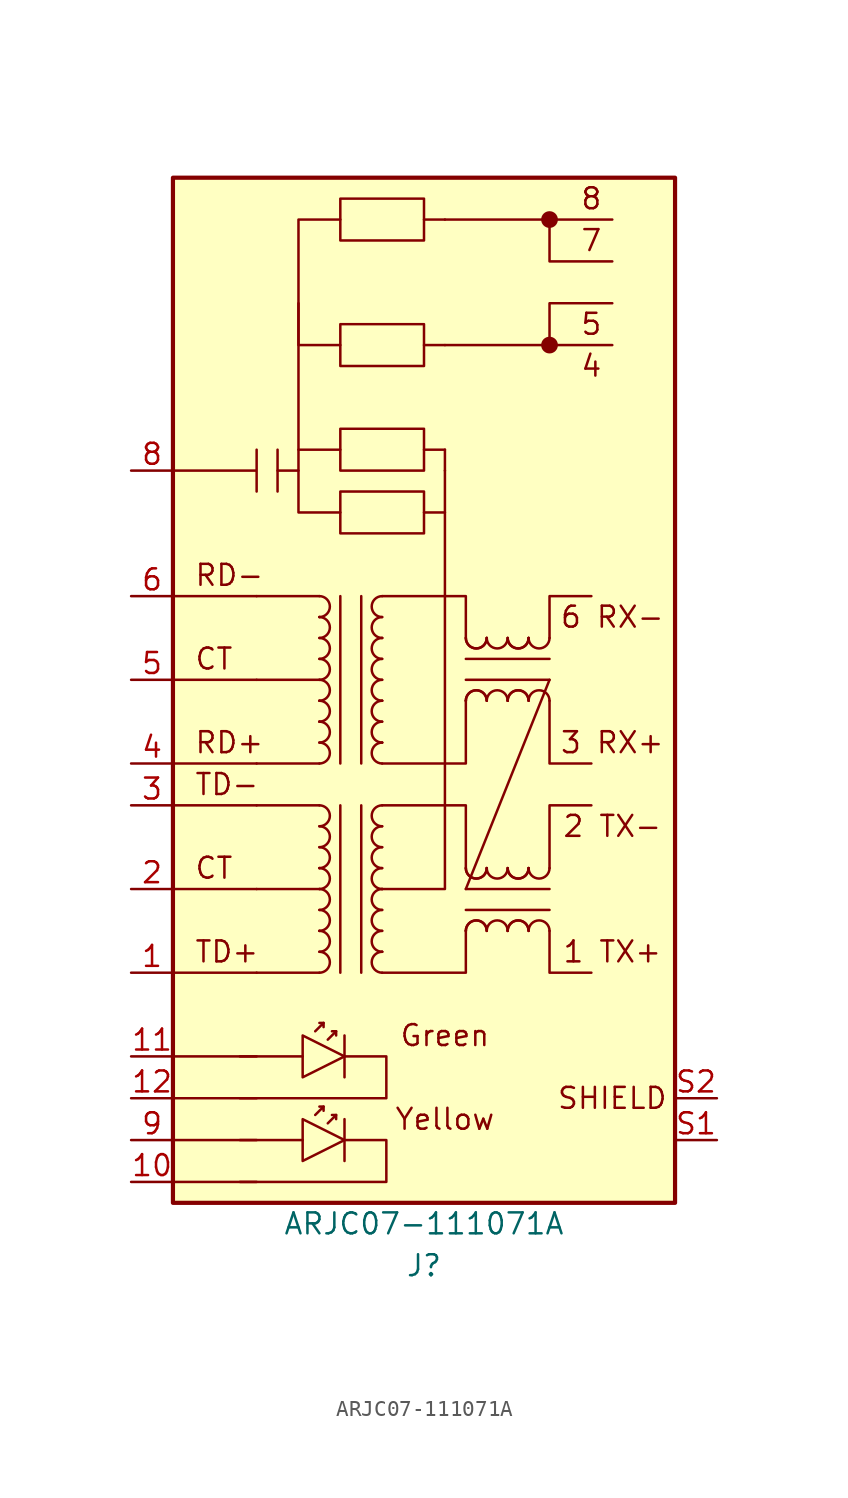
<source format=kicad_sym>
(kicad_symbol_lib
  (version 20220914)
  (generator kicad_symbol_editor)
  (symbol "ARJC07-111071A"
    (pin_names
      (offset 1.016) hide)
    (property "Reference" "J"
      (at 0 -38.1 0)
      (effects (font (size 1.27 1.27))))
    (property "Value" "ARJC07-111071A"
      (at 0 -35.56 0)
      (effects (font (size 1.27 1.27))))
    (symbol "ARJC07-111071A_0_0"
      (rectangle (start -15.24 27.94) (end 15.24 -34.29) (stroke (width 0.254) (type default)) (fill (type background)))
      (rectangle (start -5.08 8.89) (end 0 6.35) (stroke (width 0) (type default)) (fill (type none)))
      (rectangle (start -5.08 19.05) (end 0 16.51) (stroke (width 0) (type default)) (fill (type none)))
      (polyline (pts (xy -15.24 -33.02) (xy -10.16 -33.02)) (stroke (width 0) (type default)) (fill (type none)))
      (polyline (pts (xy -15.24 -30.48) (xy -10.16 -30.48)) (stroke (width 0) (type default)) (fill (type none)))
      (polyline (pts (xy -15.24 -27.94) (xy -10.16 -27.94)) (stroke (width 0) (type default)) (fill (type none)))
      (polyline (pts (xy -15.24 -25.4) (xy -10.16 -25.4)) (stroke (width 0) (type default)) (fill (type none)))
      (polyline (pts (xy -15.24 -20.32) (xy -10.16 -20.32)) (stroke (width 0) (type default)) (fill (type none)))
      (polyline (pts (xy -15.24 -15.24) (xy -10.16 -15.24)) (stroke (width 0) (type default)) (fill (type none)))
      (polyline (pts (xy -15.24 -10.16) (xy -10.16 -10.16)) (stroke (width 0) (type default)) (fill (type none)))
      (polyline (pts (xy -15.24 -7.62) (xy -10.16 -7.62)) (stroke (width 0) (type default)) (fill (type none)))
      (polyline (pts (xy -15.24 -2.54) (xy -10.16 -2.54)) (stroke (width 0) (type default)) (fill (type none)))
      (polyline (pts (xy -15.24 2.54) (xy -10.16 2.54)) (stroke (width 0) (type default)) (fill (type none)))
      (polyline (pts (xy -11.176 -25.4) (xy -7.366 -25.4)) (stroke (width 0) (type default)) (fill (type none)))
      (polyline (pts (xy 1.27 10.16) (xy 1.27 11.43)) (stroke (width 0) (type default)) (fill (type none)))
      (polyline (pts (xy 7.62 17.78) (xy 7.62 20.32) (xy 11.43 20.32)) (stroke (width 0) (type default)) (fill (type none)))
      (polyline (pts (xy 7.62 25.4) (xy 7.62 22.86) (xy 11.43 22.86)) (stroke (width 0) (type default)) (fill (type none)))
      (polyline (pts (xy -4.826 -25.4) (xy -2.286 -25.4) (xy -2.286 -27.94) (xy -11.176 -27.94)) (stroke (width 0) (type default)) (fill (type none)))
      (polyline (pts (xy -2.54 -15.24) (xy -1.27 -15.24) (xy 1.27 -15.24) (xy 1.27 10.16)) (stroke (width 0) (type default)) (fill (type none)))
      (text "1 TX+" (at 11.43 -19.05 0) (effects (font (size 1.27 1.27))))
      (text "2 TX-" (at 11.43 -11.43 0) (effects (font (size 1.27 1.27))))
      (text "3 RX+" (at 11.43 -6.35 0) (effects (font (size 1.27 1.27))))
      (text "4" (at 10.16 16.51 0) (effects (font (size 1.27 1.27))))
      (text "5" (at 10.16 19.05 0) (effects (font (size 1.27 1.27))))
      (text "6 RX-" (at 11.43 1.27 0) (effects (font (size 1.27 1.27))))
      (text "7" (at 10.16 24.13 0) (effects (font (size 1.27 1.27))))
      (text "8" (at 10.16 26.67 0) (effects (font (size 1.27 1.27))))
      (text "CT" (at -13.97 -1.27 0) (effects (font (size 1.27 1.27)) (justify left)))
      (text "Green" (at 1.27 -24.13 0) (effects (font (size 1.27 1.27))))
      (text "RD-" (at -13.97 3.81 0) (effects (font (size 1.27 1.27)) (justify left)))
      (text "SHIELD" (at 11.43 -27.94 0) (effects (font (size 1.27 1.27)))))
    (symbol "ARJC07-111071A_0_1"
      (arc (start -6.35 -16.51) (mid -5.7177 -15.875) (end -6.35 -15.24) (stroke (width 0) (type default)) (fill (type none)))
      (arc (start -6.35 -15.24) (mid -5.7177 -14.605) (end -6.35 -13.97) (stroke (width 0) (type default)) (fill (type none)))
      (arc (start -6.35 -13.97) (mid -6.35 -13.97) (end -6.35 -13.97) (stroke (width 0) (type default)) (fill (type none)))
      (arc (start -6.35 -11.43) (mid -5.7177 -10.795) (end -6.35 -10.16) (stroke (width 0) (type default)) (fill (type none)))
      (polyline (pts (xy -8.89 11.43) (xy -8.89 8.89)) (stroke (width 0) (type default)) (fill (type none)))
      (polyline (pts (xy -6.35 -20.32) (xy -10.16 -20.32)) (stroke (width 0) (type default)) (fill (type none)))
      (polyline (pts (xy -6.35 -15.24) (xy -10.16 -15.24)) (stroke (width 0) (type default)) (fill (type none)))
      (polyline (pts (xy -6.35 -10.16) (xy -10.16 -10.16)) (stroke (width 0) (type default)) (fill (type none)))
      (polyline (pts (xy -6.35 -7.62) (xy -10.16 -7.62)) (stroke (width 0) (type default)) (fill (type none)))
      (polyline (pts (xy -6.35 -2.54) (xy -10.16 -2.54)) (stroke (width 0) (type default)) (fill (type none)))
      (polyline (pts (xy -6.35 2.54) (xy -10.16 2.54)) (stroke (width 0) (type default)) (fill (type none)))
      (polyline (pts (xy -6.096 -28.448) (xy -6.35 -28.448)) (stroke (width 0) (type default)) (fill (type none)))
      (polyline (pts (xy -5.334 -28.956) (xy -5.588 -28.956)) (stroke (width 0) (type default)) (fill (type none)))
      (polyline (pts (xy -4.826 -24.13) (xy -4.826 -26.67)) (stroke (width 0) (type default)) (fill (type none)))
      (polyline (pts (xy 0 7.62) (xy 1.27 7.62)) (stroke (width 0) (type default)) (fill (type none)))
      (polyline (pts (xy 0 11.43) (xy 1.27 11.43)) (stroke (width 0) (type default)) (fill (type none)))
      (polyline (pts (xy 0 17.78) (xy 1.27 17.78)) (stroke (width 0) (type default)) (fill (type none)))
      (polyline (pts (xy 0 25.4) (xy 1.27 25.4)) (stroke (width 0) (type default)) (fill (type none)))
      (polyline (pts (xy -7.62 10.16) (xy -7.62 7.62) (xy -5.08 7.62)) (stroke (width 0) (type default)) (fill (type none)))
      (polyline (pts (xy -7.62 20.32) (xy -7.62 17.78) (xy -5.08 17.78)) (stroke (width 0) (type default)) (fill (type none)))
      (polyline (pts (xy -6.604 -28.956) (xy -6.096 -28.448) (xy -6.096 -28.702)) (stroke (width 0) (type default)) (fill (type none)))
      (polyline (pts (xy -5.842 -29.464) (xy -5.334 -28.956) (xy -5.334 -29.21)) (stroke (width 0) (type default)) (fill (type none)))
      (polyline (pts (xy -15.24 10.16) (xy -10.16 10.16) (xy -10.16 11.43) (xy -10.16 8.89)) (stroke (width 0) (type default)) (fill (type none)))
      (polyline (pts (xy -7.366 -24.13) (xy -7.366 -26.67) (xy -4.826 -25.4) (xy -7.366 -24.13)) (stroke (width 0) (type default)) (fill (type none)))
      (polyline (pts (xy -5.08 11.43) (xy -7.62 11.43) (xy -7.62 10.16) (xy -8.89 10.16)) (stroke (width 0) (type default)) (fill (type none))))
    (symbol "ARJC07-111071A_1_1"
      (arc (start -6.35 -20.32) (mid -5.7177 -19.685) (end -6.35 -19.05) (stroke (width 0) (type default)) (fill (type none)))
      (arc (start -6.35 -19.05) (mid -5.7177 -18.415) (end -6.35 -17.78) (stroke (width 0) (type default)) (fill (type none)))
      (arc (start -6.35 -17.78) (mid -6.35 -17.78) (end -6.35 -17.78) (stroke (width 0) (type default)) (fill (type none)))
      (arc (start -6.35 -17.78) (mid -5.7177 -17.145) (end -6.35 -16.51) (stroke (width 0) (type default)) (fill (type none)))
      (arc (start -6.35 -13.97) (mid -5.7177 -13.335) (end -6.35 -12.7) (stroke (width 0) (type default)) (fill (type none)))
      (arc (start -6.35 -12.7) (mid -5.7177 -12.065) (end -6.35 -11.43) (stroke (width 0) (type default)) (fill (type none)))
      (arc (start -6.35 -7.62) (mid -5.7177 -6.985) (end -6.35 -6.35) (stroke (width 0) (type default)) (fill (type none)))
      (arc (start -6.35 -6.35) (mid -5.7177 -5.715) (end -6.35 -5.08) (stroke (width 0) (type default)) (fill (type none)))
      (arc (start -6.35 -5.08) (mid -6.35 -5.08) (end -6.35 -5.08) (stroke (width 0) (type default)) (fill (type none)))
      (arc (start -6.35 -5.08) (mid -5.7177 -4.445) (end -6.35 -3.81) (stroke (width 0) (type default)) (fill (type none)))
      (arc (start -6.35 -3.81) (mid -6.35 -3.81) (end -6.35 -3.81) (stroke (width 0) (type default)) (fill (type none)))
      (arc (start -6.35 -3.81) (mid -5.7177 -3.175) (end -6.35 -2.54) (stroke (width 0) (type default)) (fill (type none)))
      (arc (start -6.35 -2.54) (mid -5.7177 -1.905) (end -6.35 -1.27) (stroke (width 0) (type default)) (fill (type none)))
      (arc (start -6.35 -1.27) (mid -5.7177 -0.635) (end -6.35 0) (stroke (width 0) (type default)) (fill (type none)))
      (arc (start -6.35 0) (mid -5.7177 0.635) (end -6.35 1.27) (stroke (width 0) (type default)) (fill (type none)))
      (arc (start -6.35 1.27) (mid -6.35 1.27) (end -6.35 1.27) (stroke (width 0) (type default)) (fill (type none)))
      (arc (start -6.35 1.27) (mid -5.7177 1.905) (end -6.35 2.54) (stroke (width 0) (type default)) (fill (type none)))
      (rectangle (start -5.08 12.7) (end 0 10.16) (stroke (width 0) (type default)) (fill (type none)))
      (rectangle (start -5.08 26.67) (end 0 24.13) (stroke (width 0) (type default)) (fill (type none)))
      (arc (start -2.54 -19.05) (mid -3.1723 -19.685) (end -2.54 -20.32) (stroke (width 0) (type default)) (fill (type none)))
      (arc (start -2.54 -19.05) (mid -2.54 -19.05) (end -2.54 -19.05) (stroke (width 0) (type default)) (fill (type none)))
      (arc (start -2.54 -17.78) (mid -3.1723 -18.415) (end -2.54 -19.05) (stroke (width 0) (type default)) (fill (type none)))
      (arc (start -2.54 -16.51) (mid -3.1723 -17.145) (end -2.54 -17.78) (stroke (width 0) (type default)) (fill (type none)))
      (arc (start -2.54 -15.24) (mid -3.1723 -15.875) (end -2.54 -16.51) (stroke (width 0) (type default)) (fill (type none)))
      (arc (start -2.54 -15.24) (mid -2.54 -15.24) (end -2.54 -15.24) (stroke (width 0) (type default)) (fill (type none)))
      (arc (start -2.54 -13.97) (mid -3.1723 -14.605) (end -2.54 -15.24) (stroke (width 0) (type default)) (fill (type none)))
      (arc (start -2.54 -12.7) (mid -3.1723 -13.335) (end -2.54 -13.97) (stroke (width 0) (type default)) (fill (type none)))
      (arc (start -2.54 -11.43) (mid -3.1723 -12.065) (end -2.54 -12.7) (stroke (width 0) (type default)) (fill (type none)))
      (arc (start -2.54 -10.16) (mid -3.1723 -10.795) (end -2.54 -11.43) (stroke (width 0) (type default)) (fill (type none)))
      (arc (start -2.54 -6.35) (mid -3.1723 -6.985) (end -2.54 -7.62) (stroke (width 0) (type default)) (fill (type none)))
      (arc (start -2.54 -6.35) (mid -2.54 -6.35) (end -2.54 -6.35) (stroke (width 0) (type default)) (fill (type none)))
      (arc (start -2.54 -5.08) (mid -3.1723 -5.715) (end -2.54 -6.35) (stroke (width 0) (type default)) (fill (type none)))
      (arc (start -2.54 -3.81) (mid -3.1723 -4.445) (end -2.54 -5.08) (stroke (width 0) (type default)) (fill (type none)))
      (arc (start -2.54 -3.81) (mid -2.54 -3.81) (end -2.54 -3.81) (stroke (width 0) (type default)) (fill (type none)))
      (arc (start -2.54 -2.54) (mid -3.1723 -3.175) (end -2.54 -3.81) (stroke (width 0) (type default)) (fill (type none)))
      (arc (start -2.54 -1.27) (mid -3.1723 -1.905) (end -2.54 -2.54) (stroke (width 0) (type default)) (fill (type none)))
      (arc (start -2.54 0) (mid -3.1723 -0.635) (end -2.54 -1.27) (stroke (width 0) (type default)) (fill (type none)))
      (arc (start -2.54 0) (mid -2.54 0) (end -2.54 0) (stroke (width 0) (type default)) (fill (type none)))
      (arc (start -2.54 1.27) (mid -3.1723 0.635) (end -2.54 0) (stroke (width 0) (type default)) (fill (type none)))
      (arc (start -2.54 2.54) (mid -3.1723 1.905) (end -2.54 1.27) (stroke (width 0) (type default)) (fill (type none)))
      (polyline (pts (xy -11.176 -30.48) (xy -7.366 -30.48)) (stroke (width 0) (type default)) (fill (type none)))
      (polyline (pts (xy -6.096 -23.368) (xy -6.35 -23.368)) (stroke (width 0) (type default)) (fill (type none)))
      (polyline (pts (xy -5.334 -23.876) (xy -5.588 -23.876)) (stroke (width 0) (type default)) (fill (type none)))
      (polyline (pts (xy -5.08 -10.16) (xy -5.08 -20.32)) (stroke (width 0) (type default)) (fill (type none)))
      (polyline (pts (xy -5.08 2.54) (xy -5.08 -7.62)) (stroke (width 0) (type default)) (fill (type none)))
      (polyline (pts (xy -4.826 -29.21) (xy -4.826 -31.75)) (stroke (width 0) (type default)) (fill (type none)))
      (polyline (pts (xy -3.81 -20.32) (xy -3.81 -10.16)) (stroke (width 0) (type default)) (fill (type none)))
      (polyline (pts (xy -3.81 -7.62) (xy -3.81 2.54)) (stroke (width 0) (type default)) (fill (type none)))
      (polyline (pts (xy 2.54 -16.51) (xy 7.62 -16.51)) (stroke (width 0) (type default)) (fill (type none)))
      (polyline (pts (xy 2.54 -15.24) (xy 7.62 -2.54)) (stroke (width 0) (type default)) (fill (type none)))
      (polyline (pts (xy 2.54 -2.54) (xy 7.62 -2.54)) (stroke (width 0) (type default)) (fill (type none)))
      (polyline (pts (xy 7.62 -15.24) (xy 2.54 -15.24)) (stroke (width 0) (type default)) (fill (type none)))
      (polyline (pts (xy 7.62 -1.27) (xy 2.54 -1.27)) (stroke (width 0) (type default)) (fill (type none)))
      (polyline (pts (xy 11.43 17.78) (xy 1.27 17.78)) (stroke (width 0) (type default)) (fill (type none)))
      (polyline (pts (xy 11.43 25.4) (xy 1.27 25.4)) (stroke (width 0) (type default)) (fill (type none)))
      (polyline (pts (xy -6.604 -23.876) (xy -6.096 -23.368) (xy -6.096 -23.622)) (stroke (width 0) (type default)) (fill (type none)))
      (polyline (pts (xy -5.842 -24.384) (xy -5.334 -23.876) (xy -5.334 -24.13)) (stroke (width 0) (type default)) (fill (type none)))
      (polyline (pts (xy -5.08 25.4) (xy -7.62 25.4) (xy -7.62 11.43)) (stroke (width 0) (type default)) (fill (type none)))
      (polyline (pts (xy -2.54 -10.16) (xy 2.54 -10.16) (xy 2.54 -13.97)) (stroke (width 0) (type default)) (fill (type none)))
      (polyline (pts (xy -2.54 -7.62) (xy 2.54 -7.62) (xy 2.54 -3.81)) (stroke (width 0) (type default)) (fill (type none)))
      (polyline (pts (xy -2.54 2.54) (xy 2.54 2.54) (xy 2.54 0)) (stroke (width 0) (type default)) (fill (type none)))
      (polyline (pts (xy 2.54 -17.78) (xy 2.54 -20.32) (xy -2.54 -20.32)) (stroke (width 0) (type default)) (fill (type none)))
      (polyline (pts (xy 7.62 -17.78) (xy 7.62 -20.32) (xy 10.16 -20.32)) (stroke (width 0) (type default)) (fill (type none)))
      (polyline (pts (xy 7.62 -13.97) (xy 7.62 -10.16) (xy 10.16 -10.16)) (stroke (width 0) (type default)) (fill (type none)))
      (polyline (pts (xy 7.62 -3.81) (xy 7.62 -7.62) (xy 10.16 -7.62)) (stroke (width 0) (type default)) (fill (type none)))
      (polyline (pts (xy 7.62 0) (xy 7.62 2.54) (xy 10.16 2.54)) (stroke (width 0) (type default)) (fill (type none)))
      (polyline (pts (xy -7.366 -29.21) (xy -7.366 -31.75) (xy -4.826 -30.48) (xy -7.366 -29.21)) (stroke (width 0) (type default)) (fill (type none)))
      (polyline (pts (xy -4.826 -30.48) (xy -2.286 -30.48) (xy -2.286 -33.02) (xy -11.176 -33.02)) (stroke (width 0) (type default)) (fill (type none)))
      (arc (start 2.54 -17.78) (mid 2.54 -17.78) (end 2.54 -17.78) (stroke (width 0) (type default)) (fill (type none)))
      (arc (start 2.54 -13.97) (mid 3.175 -14.6023) (end 3.81 -13.97) (stroke (width 0) (type default)) (fill (type none)))
      (arc (start 2.54 -13.97) (mid 3.175 -14.6023) (end 3.81 -13.97) (stroke (width 0) (type default)) (fill (type none)))
      (arc (start 2.54 -3.81) (mid 2.54 -3.81) (end 2.54 -3.81) (stroke (width 0) (type default)) (fill (type none)))
      (arc (start 2.54 0) (mid 3.175 -0.6323) (end 3.81 0) (stroke (width 0) (type default)) (fill (type none)))
      (arc (start 2.54 0) (mid 3.175 -0.6323) (end 3.81 0) (stroke (width 0) (type default)) (fill (type none)))
      (arc (start 3.81 -17.78) (mid 3.175 -17.1477) (end 2.54 -17.78) (stroke (width 0) (type default)) (fill (type none)))
      (arc (start 3.81 -17.78) (mid 3.175 -17.1477) (end 2.54 -17.78) (stroke (width 0) (type default)) (fill (type none)))
      (arc (start 3.81 -13.97) (mid 3.81 -13.97) (end 3.81 -13.97) (stroke (width 0) (type default)) (fill (type none)))
      (arc (start 3.81 -13.97) (mid 4.445 -14.6023) (end 5.08 -13.97) (stroke (width 0) (type default)) (fill (type none)))
      (arc (start 3.81 -3.81) (mid 3.175 -3.1777) (end 2.54 -3.81) (stroke (width 0) (type default)) (fill (type none)))
      (arc (start 3.81 -3.81) (mid 3.175 -3.1777) (end 2.54 -3.81) (stroke (width 0) (type default)) (fill (type none)))
      (arc (start 3.81 0) (mid 3.81 0) (end 3.81 0) (stroke (width 0) (type default)) (fill (type none)))
      (arc (start 3.81 0) (mid 4.445 -0.6323) (end 5.08 0) (stroke (width 0) (type default)) (fill (type none)))
      (arc (start 5.08 -17.78) (mid 4.445 -17.1477) (end 3.81 -17.78) (stroke (width 0) (type default)) (fill (type none)))
      (arc (start 5.08 -17.78) (mid 5.08 -17.78) (end 5.08 -17.78) (stroke (width 0) (type default)) (fill (type none)))
      (arc (start 5.08 -13.97) (mid 5.715 -14.6023) (end 6.35 -13.97) (stroke (width 0) (type default)) (fill (type none)))
      (arc (start 5.08 -13.97) (mid 5.715 -14.6023) (end 6.35 -13.97) (stroke (width 0) (type default)) (fill (type none)))
      (arc (start 5.08 -3.81) (mid 4.445 -3.1777) (end 3.81 -3.81) (stroke (width 0) (type default)) (fill (type none)))
      (arc (start 5.08 -3.81) (mid 5.08 -3.81) (end 5.08 -3.81) (stroke (width 0) (type default)) (fill (type none)))
      (arc (start 5.08 0) (mid 5.715 -0.6323) (end 6.35 0) (stroke (width 0) (type default)) (fill (type none)))
      (arc (start 5.08 0) (mid 5.715 -0.6323) (end 6.35 0) (stroke (width 0) (type default)) (fill (type none)))
      (arc (start 6.35 -17.78) (mid 5.715 -17.1477) (end 5.08 -17.78) (stroke (width 0) (type default)) (fill (type none)))
      (arc (start 6.35 -17.78) (mid 5.715 -17.1477) (end 5.08 -17.78) (stroke (width 0) (type default)) (fill (type none)))
      (arc (start 6.35 -13.97) (mid 6.35 -13.97) (end 6.35 -13.97) (stroke (width 0) (type default)) (fill (type none)))
      (arc (start 6.35 -13.97) (mid 6.985 -14.6023) (end 7.62 -13.97) (stroke (width 0) (type default)) (fill (type none)))
      (arc (start 6.35 -3.81) (mid 5.715 -3.1777) (end 5.08 -3.81) (stroke (width 0) (type default)) (fill (type none)))
      (arc (start 6.35 -3.81) (mid 5.715 -3.1777) (end 5.08 -3.81) (stroke (width 0) (type default)) (fill (type none)))
      (arc (start 6.35 0) (mid 6.35 0) (end 6.35 0) (stroke (width 0) (type default)) (fill (type none)))
      (arc (start 6.35 0) (mid 6.985 -0.6323) (end 7.62 0) (stroke (width 0) (type default)) (fill (type none)))
      (arc (start 7.62 -17.78) (mid 6.985 -17.1477) (end 6.35 -17.78) (stroke (width 0) (type default)) (fill (type none)))
      (arc (start 7.62 -3.81) (mid 6.985 -3.1777) (end 6.35 -3.81) (stroke (width 0) (type default)) (fill (type none)))
      (circle (center 7.62 17.78) (radius 0.0001) (stroke (width 0.508) (type default)) (fill (type none)))
      (circle (center 7.62 25.4) (radius 0.0001) (stroke (width 0.508) (type default)) (fill (type none)))
      (text "CT" (at -13.97 -13.97 0) (effects (font (size 1.27 1.27)) (justify left)))
      (text "RD+" (at -13.97 -6.35 0) (effects (font (size 1.27 1.27)) (justify left)))
      (text "TD+" (at -13.97 -19.05 0) (effects (font (size 1.27 1.27)) (justify left)))
      (text "TD-" (at -13.97 -8.89 0) (effects (font (size 1.27 1.27)) (justify left)))
      (text "Yellow" (at 1.27 -29.21 0) (effects (font (size 1.27 1.27))))
      (pin passive line (at -17.78 -20.32 0) (length 2.54) (name "TD+" (effects (font (size 1.27 1.27)))) (number "1" (effects (font (size 1.27 1.27)))))
      (pin passive line (at -17.78 -33.02 0) (length 2.54) (name "RLED-" (effects (font (size 1.27 1.27)))) (number "10" (effects (font (size 1.27 1.27)))))
      (pin passive line (at -17.78 -25.4 0) (length 2.54) (name "LLED+" (effects (font (size 1.27 1.27)))) (number "11" (effects (font (size 1.27 1.27)))))
      (pin passive line (at -17.78 -27.94 0) (length 2.54) (name "LLED-" (effects (font (size 1.27 1.27)))) (number "12" (effects (font (size 1.27 1.27)))))
      (pin passive line (at -17.78 -15.24 0) (length 2.54) (name "CT" (effects (font (size 1.27 1.27)))) (number "2" (effects (font (size 1.27 1.27)))))
      (pin passive line (at -17.78 -10.16 0) (length 2.54) (name "TD-" (effects (font (size 1.27 1.27)))) (number "3" (effects (font (size 1.27 1.27)))))
      (pin passive line (at -17.78 -7.62 0) (length 2.54) (name "RD+" (effects (font (size 1.27 1.27)))) (number "4" (effects (font (size 1.27 1.27)))))
      (pin passive line (at -17.78 -2.54 0) (length 2.54) (name "CT" (effects (font (size 1.27 1.27)))) (number "5" (effects (font (size 1.27 1.27)))))
      (pin passive line (at -17.78 2.54 0) (length 2.54) (name "RD-" (effects (font (size 1.27 1.27)))) (number "6" (effects (font (size 1.27 1.27)))))
      (pin no_connect line (at -17.78 17.78 0) (length 2.54) hide (name "NC" (effects (font (size 1.27 1.27)))) (number "7" (effects (font (size 1.27 1.27)))))
      (pin passive line (at -17.78 10.16 0) (length 2.54) (name "8" (effects (font (size 1.27 1.27)))) (number "8" (effects (font (size 1.27 1.27)))))
      (pin passive line (at -17.78 -30.48 0) (length 2.54) (name "RLED+" (effects (font (size 1.27 1.27)))) (number "9" (effects (font (size 1.27 1.27)))))
      (pin passive line (at 17.78 -30.48 180) (length 2.54) (name "SHIELD" (effects (font (size 1.27 1.27)))) (number "S1" (effects (font (size 1.27 1.27)))))
      (pin passive line (at 17.78 -27.94 180) (length 2.54) (name "SHIELD" (effects (font (size 1.27 1.27)))) (number "S2" (effects (font (size 1.27 1.27))))))))
</source>
